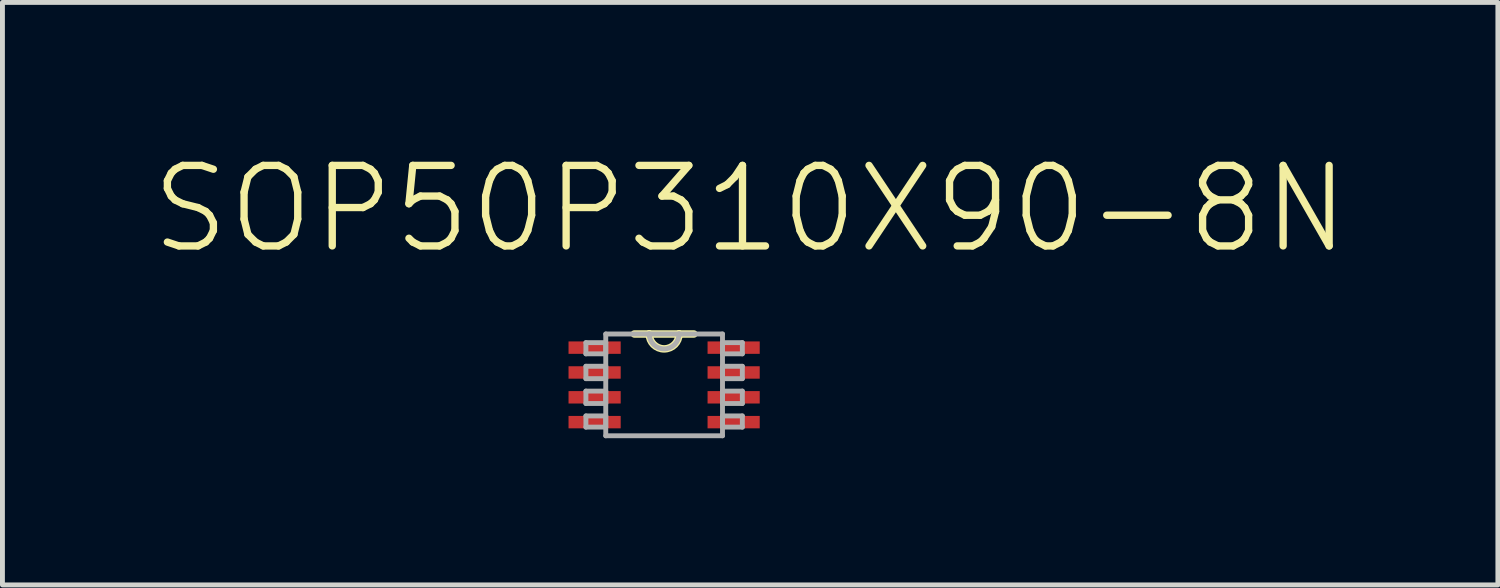
<source format=kicad_pcb>
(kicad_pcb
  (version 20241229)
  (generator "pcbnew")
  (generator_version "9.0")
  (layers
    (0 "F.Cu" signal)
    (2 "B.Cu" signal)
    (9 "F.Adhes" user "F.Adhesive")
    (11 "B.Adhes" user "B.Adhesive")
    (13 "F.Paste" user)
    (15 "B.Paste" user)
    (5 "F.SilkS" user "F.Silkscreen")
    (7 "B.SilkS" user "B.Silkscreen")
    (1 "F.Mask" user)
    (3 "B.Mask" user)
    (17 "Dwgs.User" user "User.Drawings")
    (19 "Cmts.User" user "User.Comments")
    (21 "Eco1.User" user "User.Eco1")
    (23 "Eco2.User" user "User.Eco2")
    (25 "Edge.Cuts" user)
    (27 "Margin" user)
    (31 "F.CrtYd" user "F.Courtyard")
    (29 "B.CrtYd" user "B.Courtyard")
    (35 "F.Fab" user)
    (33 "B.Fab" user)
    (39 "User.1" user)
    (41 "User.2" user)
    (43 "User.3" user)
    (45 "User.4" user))
  (footprint "SOP50P310X90-8N"
    (layer "F.Cu")
    (at 10.535 4.823)
    (property "Reference" "SOP50P310X90-8N" (at 1.76 -3.597 0) (layer "F.SilkS") (effects (font (size 1.647 1.647) (thickness 0.15))))
    (attr through_hole)
    (fp_line (start -0.305 -1.041) (end -0.61 -1.041) (stroke (width 0.152) (type solid)) (layer "F.SilkS"))
    (fp_line (start 0.305 -1.041) (end -0.305 -1.041) (stroke (width 0.152) (type solid)) (layer "F.SilkS"))
    (fp_line (start 0.61 -1.041) (end 0.305 -1.041) (stroke (width 0.152) (type solid)) (layer "F.SilkS"))
    (fp_arc (start 0.3048 -1.0414) (mid 0 -0.7366) (end -0.3048 -1.0414) (stroke (width 0.1524) (type solid)) (layer "F.SilkS"))
    (fp_line (start -1.6 -0.864) (end -1.6 -0.635) (stroke (width 0.1) (type solid)) (layer "F.Fab"))
    (fp_line (start -1.6 -0.635) (end -1.194 -0.635) (stroke (width 0.1) (type solid)) (layer "F.Fab"))
    (fp_line (start -1.6 -0.381) (end -1.6 -0.127) (stroke (width 0.1) (type solid)) (layer "F.Fab"))
    (fp_line (start -1.6 -0.127) (end -1.194 -0.127) (stroke (width 0.1) (type solid)) (layer "F.Fab"))
    (fp_line (start -1.6 0.127) (end -1.6 0.381) (stroke (width 0.1) (type solid)) (layer "F.Fab"))
    (fp_line (start -1.6 0.381) (end -1.194 0.381) (stroke (width 0.1) (type solid)) (layer "F.Fab"))
    (fp_line (start -1.6 0.635) (end -1.6 0.864) (stroke (width 0.1) (type solid)) (layer "F.Fab"))
    (fp_line (start -1.6 0.864) (end -1.194 0.864) (stroke (width 0.1) (type solid)) (layer "F.Fab"))
    (fp_line (start -1.194 -1.041) (end -1.194 1.041) (stroke (width 0.1) (type solid)) (layer "F.Fab"))
    (fp_line (start -1.194 -0.864) (end -1.6 -0.864) (stroke (width 0.1) (type solid)) (layer "F.Fab"))
    (fp_line (start -1.194 -0.635) (end -1.194 -0.864) (stroke (width 0.1) (type solid)) (layer "F.Fab"))
    (fp_line (start -1.194 -0.381) (end -1.6 -0.381) (stroke (width 0.1) (type solid)) (layer "F.Fab"))
    (fp_line (start -1.194 -0.127) (end -1.194 -0.381) (stroke (width 0.1) (type solid)) (layer "F.Fab"))
    (fp_line (start -1.194 0.127) (end -1.6 0.127) (stroke (width 0.1) (type solid)) (layer "F.Fab"))
    (fp_line (start -1.194 0.381) (end -1.194 0.127) (stroke (width 0.1) (type solid)) (layer "F.Fab"))
    (fp_line (start -1.194 0.635) (end -1.6 0.635) (stroke (width 0.1) (type solid)) (layer "F.Fab"))
    (fp_line (start -1.194 0.864) (end -1.194 0.635) (stroke (width 0.1) (type solid)) (layer "F.Fab"))
    (fp_line (start -1.194 1.041) (end 1.194 1.041) (stroke (width 0.1) (type solid)) (layer "F.Fab"))
    (fp_line (start -0.305 -1.041) (end -1.194 -1.041) (stroke (width 0.1) (type solid)) (layer "F.Fab"))
    (fp_line (start 0.305 -1.041) (end -0.305 -1.041) (stroke (width 0.1) (type solid)) (layer "F.Fab"))
    (fp_line (start 1.194 -1.041) (end 0.305 -1.041) (stroke (width 0.1) (type solid)) (layer "F.Fab"))
    (fp_line (start 1.194 -0.864) (end 1.194 -0.635) (stroke (width 0.1) (type solid)) (layer "F.Fab"))
    (fp_line (start 1.194 -0.635) (end 1.6 -0.635) (stroke (width 0.1) (type solid)) (layer "F.Fab"))
    (fp_line (start 1.194 -0.381) (end 1.194 -0.127) (stroke (width 0.1) (type solid)) (layer "F.Fab"))
    (fp_line (start 1.194 -0.127) (end 1.6 -0.127) (stroke (width 0.1) (type solid)) (layer "F.Fab"))
    (fp_line (start 1.194 0.127) (end 1.194 0.381) (stroke (width 0.1) (type solid)) (layer "F.Fab"))
    (fp_line (start 1.194 0.381) (end 1.6 0.381) (stroke (width 0.1) (type solid)) (layer "F.Fab"))
    (fp_line (start 1.194 0.635) (end 1.194 0.864) (stroke (width 0.1) (type solid)) (layer "F.Fab"))
    (fp_line (start 1.194 0.864) (end 1.6 0.864) (stroke (width 0.1) (type solid)) (layer "F.Fab"))
    (fp_line (start 1.194 1.041) (end 1.194 -1.041) (stroke (width 0.1) (type solid)) (layer "F.Fab"))
    (fp_line (start 1.6 -0.864) (end 1.194 -0.864) (stroke (width 0.1) (type solid)) (layer "F.Fab"))
    (fp_line (start 1.6 -0.635) (end 1.6 -0.864) (stroke (width 0.1) (type solid)) (layer "F.Fab"))
    (fp_line (start 1.6 -0.381) (end 1.194 -0.381) (stroke (width 0.1) (type solid)) (layer "F.Fab"))
    (fp_line (start 1.6 -0.127) (end 1.6 -0.381) (stroke (width 0.1) (type solid)) (layer "F.Fab"))
    (fp_line (start 1.6 0.127) (end 1.194 0.127) (stroke (width 0.1) (type solid)) (layer "F.Fab"))
    (fp_line (start 1.6 0.381) (end 1.6 0.127) (stroke (width 0.1) (type solid)) (layer "F.Fab"))
    (fp_line (start 1.6 0.635) (end 1.194 0.635) (stroke (width 0.1) (type solid)) (layer "F.Fab"))
    (fp_line (start 1.6 0.864) (end 1.6 0.635) (stroke (width 0.1) (type solid)) (layer "F.Fab"))
    (fp_arc (start 0.3048 -1.0414) (mid 0 -0.7366) (end -0.3048 -1.0414) (stroke (width 0.1) (type solid)) (layer "F.Fab"))
    (pad "1" smd rect (at -1.422 -0.762) (size 1.067 0.254) (layers "F.Cu" "F.Mask" "F.Paste"))
    (pad "2" smd rect (at -1.422 -0.254) (size 1.067 0.254) (layers "F.Cu" "F.Mask" "F.Paste"))
    (pad "3" smd rect (at -1.422 0.254) (size 1.067 0.254) (layers "F.Cu" "F.Mask" "F.Paste"))
    (pad "4" smd rect (at -1.422 0.762) (size 1.067 0.254) (layers "F.Cu" "F.Mask" "F.Paste"))
    (pad "5" smd rect (at 1.422 0.762) (size 1.067 0.254) (layers "F.Cu" "F.Mask" "F.Paste"))
    (pad "6" smd rect (at 1.422 0.254) (size 1.067 0.254) (layers "F.Cu" "F.Mask" "F.Paste"))
    (pad "7" smd rect (at 1.422 -0.254) (size 1.067 0.254) (layers "F.Cu" "F.Mask" "F.Paste"))
    (pad "8" smd rect (at 1.422 -0.762) (size 1.067 0.254) (layers "F.Cu" "F.Mask" "F.Paste")))
  (gr_rect
    (start -3 -3)
    (end 27.59 8.915)
    (stroke (width 0.1) (type default))
    (fill no)
    (layer "Edge.Cuts")))
</source>
